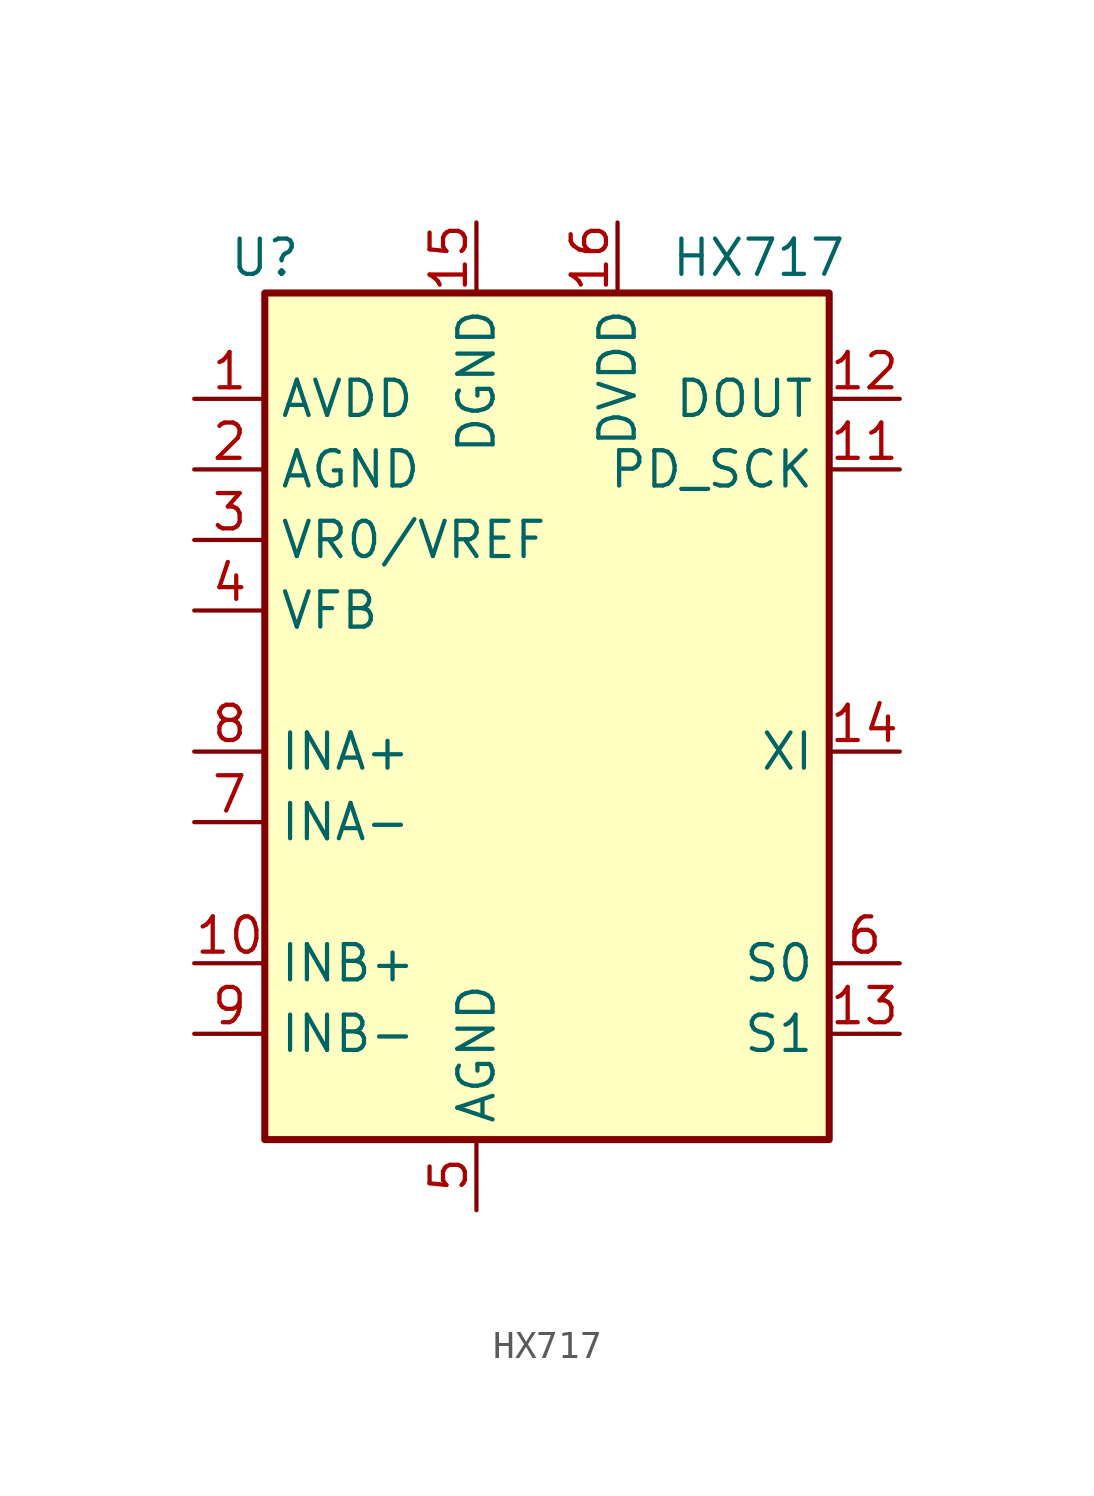
<source format=kicad_sym>
(kicad_symbol_lib
  (version 20220914)
  (generator kicad_symbol_editor)
  (symbol "HX717"
    (property "Reference" "U"
      (at -10.16 11.43 0)
      (effects (font (size 1.27 1.27))))
    (property "Value" "HX717"
      (at 7.62 11.43 0)
      (effects (font (size 1.27 1.27))))
    (symbol "HX717_0_1"
      (rectangle (start -10.16 10.16) (end 10.16 -20.32) (stroke (width 0.254) (type default)) (fill (type background))))
    (symbol "HX717_1_1"
      (pin power_in line (at -12.7 6.35 0) (length 2.54) (name "AVDD" (effects (font (size 1.27 1.27)))) (number "1" (effects (font (size 1.27 1.27)))))
      (pin input line (at -12.7 -13.97 0) (length 2.54) (name "INB+" (effects (font (size 1.27 1.27)))) (number "10" (effects (font (size 1.27 1.27)))))
      (pin input line (at 12.7 3.81 180) (length 2.54) (name "PD_SCK" (effects (font (size 1.27 1.27)))) (number "11" (effects (font (size 1.27 1.27)))))
      (pin output line (at 12.7 6.35 180) (length 2.54) (name "DOUT" (effects (font (size 1.27 1.27)))) (number "12" (effects (font (size 1.27 1.27)))))
      (pin bidirectional line (at 12.7 -16.51 180) (length 2.54) (name "S1" (effects (font (size 1.27 1.27)))) (number "13" (effects (font (size 1.27 1.27)))))
      (pin input line (at 12.7 -6.35 180) (length 2.54) (name "XI" (effects (font (size 1.27 1.27)))) (number "14" (effects (font (size 1.27 1.27)))))
      (pin power_in line (at -2.54 12.7 270) (length 2.54) (name "DGND" (effects (font (size 1.27 1.27)))) (number "15" (effects (font (size 1.27 1.27)))))
      (pin power_in line (at 2.54 12.7 270) (length 2.54) (name "DVDD" (effects (font (size 1.27 1.27)))) (number "16" (effects (font (size 1.27 1.27)))))
      (pin power_in line (at -12.7 3.81 0) (length 2.54) (name "AGND" (effects (font (size 1.27 1.27)))) (number "2" (effects (font (size 1.27 1.27)))))
      (pin power_in line (at -12.7 1.27 0) (length 2.54) (name "VR0/VREF" (effects (font (size 1.27 1.27)))) (number "3" (effects (font (size 1.27 1.27)))))
      (pin power_in line (at -12.7 -1.27 0) (length 2.54) (name "VFB" (effects (font (size 1.27 1.27)))) (number "4" (effects (font (size 1.27 1.27)))))
      (pin power_in line (at -2.54 -22.86 90) (length 2.54) (name "AGND" (effects (font (size 1.27 1.27)))) (number "5" (effects (font (size 1.27 1.27)))))
      (pin bidirectional line (at 12.7 -13.97 180) (length 2.54) (name "S0" (effects (font (size 1.27 1.27)))) (number "6" (effects (font (size 1.27 1.27)))))
      (pin input line (at -12.7 -8.89 0) (length 2.54) (name "INA-" (effects (font (size 1.27 1.27)))) (number "7" (effects (font (size 1.27 1.27)))))
      (pin input line (at -12.7 -6.35 0) (length 2.54) (name "INA+" (effects (font (size 1.27 1.27)))) (number "8" (effects (font (size 1.27 1.27)))))
      (pin input line (at -12.7 -16.51 0) (length 2.54) (name "INB-" (effects (font (size 1.27 1.27)))) (number "9" (effects (font (size 1.27 1.27))))))))
</source>
